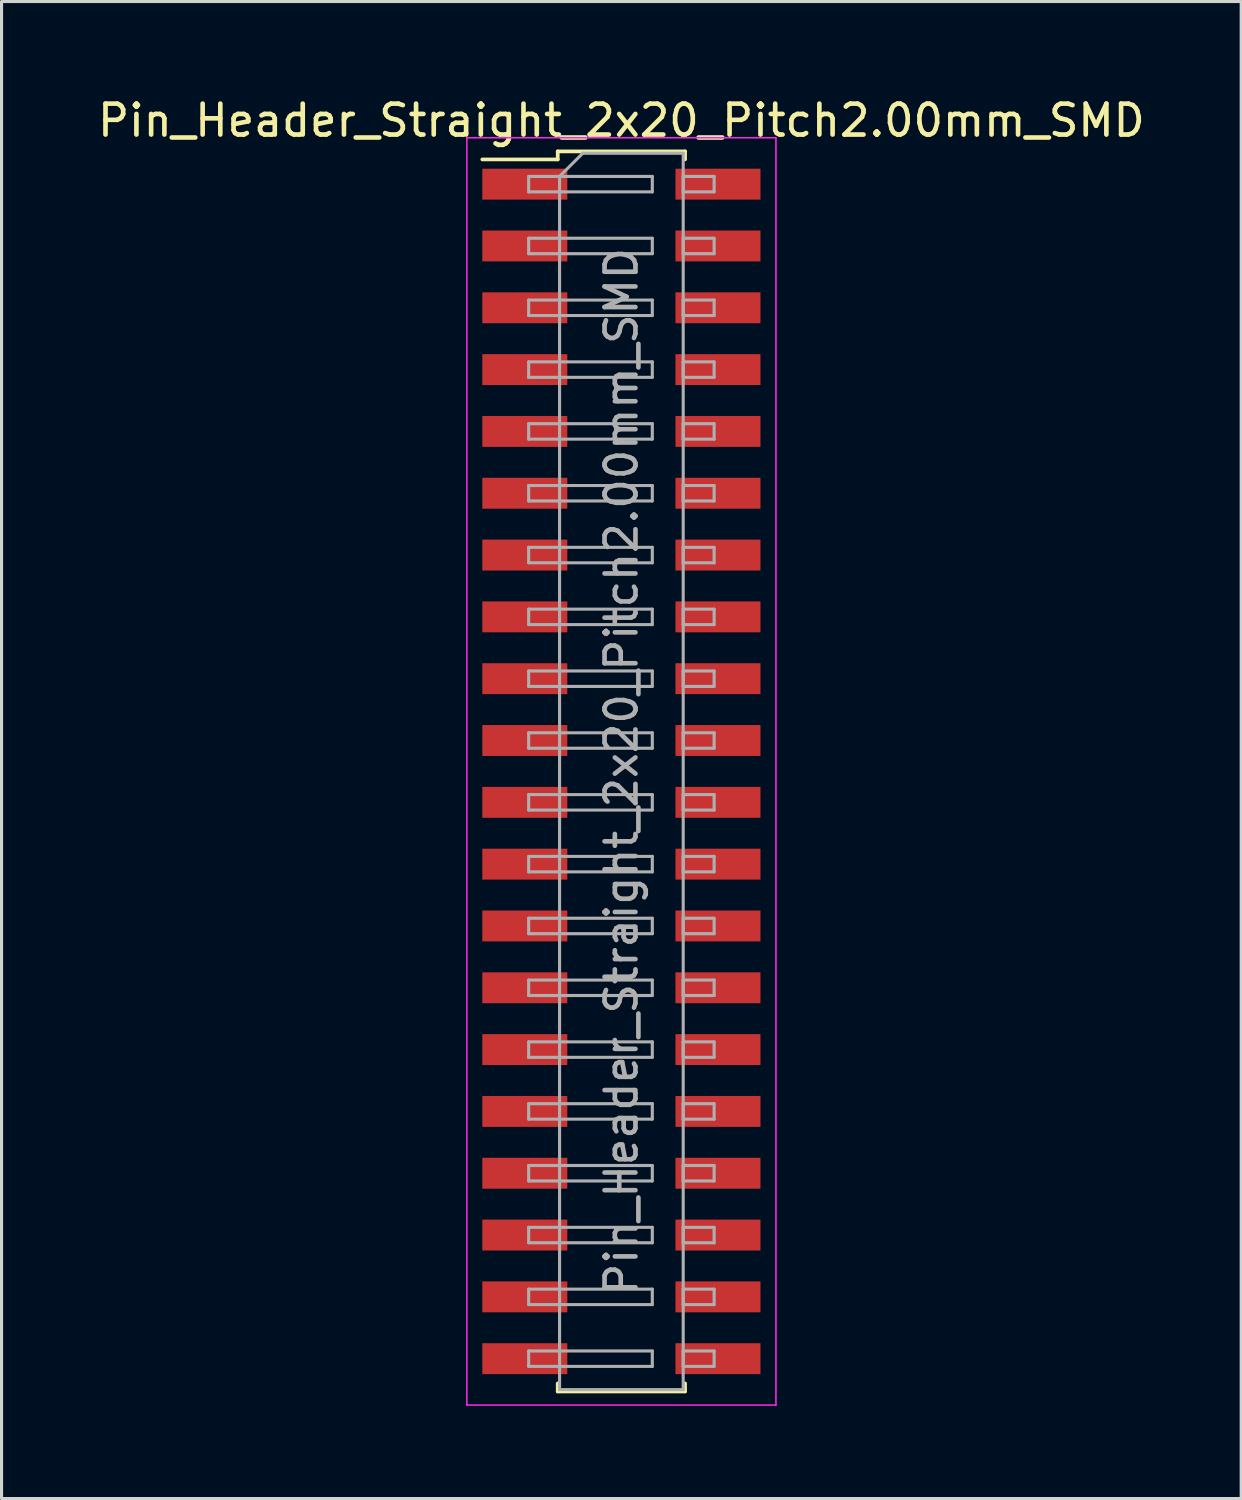
<source format=kicad_pcb>
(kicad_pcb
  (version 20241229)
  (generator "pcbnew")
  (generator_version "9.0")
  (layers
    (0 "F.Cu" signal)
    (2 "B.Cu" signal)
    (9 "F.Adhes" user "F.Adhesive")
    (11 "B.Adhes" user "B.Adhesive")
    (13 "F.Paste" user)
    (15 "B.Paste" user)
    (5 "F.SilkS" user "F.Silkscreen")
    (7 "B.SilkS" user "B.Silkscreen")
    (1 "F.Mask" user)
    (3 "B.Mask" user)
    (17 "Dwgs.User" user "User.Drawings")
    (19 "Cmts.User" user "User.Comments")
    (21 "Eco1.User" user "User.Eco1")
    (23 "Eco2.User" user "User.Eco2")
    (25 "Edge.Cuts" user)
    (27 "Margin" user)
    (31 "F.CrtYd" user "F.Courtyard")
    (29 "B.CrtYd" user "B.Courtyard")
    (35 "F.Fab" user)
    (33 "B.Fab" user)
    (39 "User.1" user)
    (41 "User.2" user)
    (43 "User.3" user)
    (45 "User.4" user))
  (footprint "Pin_Header_Straight_2x20_Pitch2.00mm_SMD"
    (layer "F.Cu")
    (at 17.054 21.908)
    (property "Reference" "Pin_Header_Straight_2x20_Pitch2.00mm_SMD" (at 0 -21.06 0) (layer "F.SilkS") (effects (font (size 1 1) (thickness 0.15))))
    (attr smd)
    (fp_line (start -4.5 -19.8) (end -2.06 -19.8) (stroke (width 0.12) (type solid)) (layer "F.SilkS"))
    (fp_line (start -2.06 -20.06) (end 2.06 -20.06) (stroke (width 0.12) (type solid)) (layer "F.SilkS"))
    (fp_line (start -2.06 -19.8) (end -2.06 -20.06) (stroke (width 0.12) (type solid)) (layer "F.SilkS"))
    (fp_line (start -2.06 19.8) (end -2.06 20.06) (stroke (width 0.12) (type solid)) (layer "F.SilkS"))
    (fp_line (start -2.06 20.06) (end 2.06 20.06) (stroke (width 0.12) (type solid)) (layer "F.SilkS"))
    (fp_line (start 2.06 -20.06) (end 2.06 -19.8) (stroke (width 0.12) (type solid)) (layer "F.SilkS"))
    (fp_line (start 2.06 20.06) (end 2.06 19.8) (stroke (width 0.12) (type solid)) (layer "F.SilkS"))
    (fp_line (start -5 -20.5) (end -5 20.5) (stroke (width 0.05) (type solid)) (layer "F.CrtYd"))
    (fp_line (start -5 20.5) (end 5 20.5) (stroke (width 0.05) (type solid)) (layer "F.CrtYd"))
    (fp_line (start 5 -20.5) (end -5 -20.5) (stroke (width 0.05) (type solid)) (layer "F.CrtYd"))
    (fp_line (start 5 20.5) (end 5 -20.5) (stroke (width 0.05) (type solid)) (layer "F.CrtYd"))
    (fp_line (start -3 -19.25) (end -3 -18.75) (stroke (width 0.1) (type solid)) (layer "F.Fab"))
    (fp_line (start -3 -18.75) (end -2 -18.75) (stroke (width 0.1) (type solid)) (layer "F.Fab"))
    (fp_line (start -3 -17.25) (end -3 -16.75) (stroke (width 0.1) (type solid)) (layer "F.Fab"))
    (fp_line (start -3 -16.75) (end -2 -16.75) (stroke (width 0.1) (type solid)) (layer "F.Fab"))
    (fp_line (start -3 -15.25) (end -3 -14.75) (stroke (width 0.1) (type solid)) (layer "F.Fab"))
    (fp_line (start -3 -14.75) (end -2 -14.75) (stroke (width 0.1) (type solid)) (layer "F.Fab"))
    (fp_line (start -3 -13.25) (end -3 -12.75) (stroke (width 0.1) (type solid)) (layer "F.Fab"))
    (fp_line (start -3 -12.75) (end -2 -12.75) (stroke (width 0.1) (type solid)) (layer "F.Fab"))
    (fp_line (start -3 -11.25) (end -3 -10.75) (stroke (width 0.1) (type solid)) (layer "F.Fab"))
    (fp_line (start -3 -10.75) (end -2 -10.75) (stroke (width 0.1) (type solid)) (layer "F.Fab"))
    (fp_line (start -3 -9.25) (end -3 -8.75) (stroke (width 0.1) (type solid)) (layer "F.Fab"))
    (fp_line (start -3 -8.75) (end -2 -8.75) (stroke (width 0.1) (type solid)) (layer "F.Fab"))
    (fp_line (start -3 -7.25) (end -3 -6.75) (stroke (width 0.1) (type solid)) (layer "F.Fab"))
    (fp_line (start -3 -6.75) (end -2 -6.75) (stroke (width 0.1) (type solid)) (layer "F.Fab"))
    (fp_line (start -3 -5.25) (end -3 -4.75) (stroke (width 0.1) (type solid)) (layer "F.Fab"))
    (fp_line (start -3 -4.75) (end -2 -4.75) (stroke (width 0.1) (type solid)) (layer "F.Fab"))
    (fp_line (start -3 -3.25) (end -3 -2.75) (stroke (width 0.1) (type solid)) (layer "F.Fab"))
    (fp_line (start -3 -2.75) (end -2 -2.75) (stroke (width 0.1) (type solid)) (layer "F.Fab"))
    (fp_line (start -3 -1.25) (end -3 -0.75) (stroke (width 0.1) (type solid)) (layer "F.Fab"))
    (fp_line (start -3 -0.75) (end -2 -0.75) (stroke (width 0.1) (type solid)) (layer "F.Fab"))
    (fp_line (start -3 0.75) (end -3 1.25) (stroke (width 0.1) (type solid)) (layer "F.Fab"))
    (fp_line (start -3 1.25) (end -2 1.25) (stroke (width 0.1) (type solid)) (layer "F.Fab"))
    (fp_line (start -3 2.75) (end -3 3.25) (stroke (width 0.1) (type solid)) (layer "F.Fab"))
    (fp_line (start -3 3.25) (end -2 3.25) (stroke (width 0.1) (type solid)) (layer "F.Fab"))
    (fp_line (start -3 4.75) (end -3 5.25) (stroke (width 0.1) (type solid)) (layer "F.Fab"))
    (fp_line (start -3 5.25) (end -2 5.25) (stroke (width 0.1) (type solid)) (layer "F.Fab"))
    (fp_line (start -3 6.75) (end -3 7.25) (stroke (width 0.1) (type solid)) (layer "F.Fab"))
    (fp_line (start -3 7.25) (end -2 7.25) (stroke (width 0.1) (type solid)) (layer "F.Fab"))
    (fp_line (start -3 8.75) (end -3 9.25) (stroke (width 0.1) (type solid)) (layer "F.Fab"))
    (fp_line (start -3 9.25) (end -2 9.25) (stroke (width 0.1) (type solid)) (layer "F.Fab"))
    (fp_line (start -3 10.75) (end -3 11.25) (stroke (width 0.1) (type solid)) (layer "F.Fab"))
    (fp_line (start -3 11.25) (end -2 11.25) (stroke (width 0.1) (type solid)) (layer "F.Fab"))
    (fp_line (start -3 12.75) (end -3 13.25) (stroke (width 0.1) (type solid)) (layer "F.Fab"))
    (fp_line (start -3 13.25) (end -2 13.25) (stroke (width 0.1) (type solid)) (layer "F.Fab"))
    (fp_line (start -3 14.75) (end -3 15.25) (stroke (width 0.1) (type solid)) (layer "F.Fab"))
    (fp_line (start -3 15.25) (end -2 15.25) (stroke (width 0.1) (type solid)) (layer "F.Fab"))
    (fp_line (start -3 16.75) (end -3 17.25) (stroke (width 0.1) (type solid)) (layer "F.Fab"))
    (fp_line (start -3 17.25) (end -2 17.25) (stroke (width 0.1) (type solid)) (layer "F.Fab"))
    (fp_line (start -3 18.75) (end -3 19.25) (stroke (width 0.1) (type solid)) (layer "F.Fab"))
    (fp_line (start -3 19.25) (end -2 19.25) (stroke (width 0.1) (type solid)) (layer "F.Fab"))
    (fp_line (start -2 -19.25) (end -3 -19.25) (stroke (width 0.1) (type solid)) (layer "F.Fab"))
    (fp_line (start -2 -19.25) (end -1.25 -20) (stroke (width 0.1) (type solid)) (layer "F.Fab"))
    (fp_line (start -2 -19.25) (end 1 -19.25) (stroke (width 0.1) (type solid)) (layer "F.Fab"))
    (fp_line (start -2 -17.25) (end -3 -17.25) (stroke (width 0.1) (type solid)) (layer "F.Fab"))
    (fp_line (start -2 -17.25) (end 1 -17.25) (stroke (width 0.1) (type solid)) (layer "F.Fab"))
    (fp_line (start -2 -15.25) (end -3 -15.25) (stroke (width 0.1) (type solid)) (layer "F.Fab"))
    (fp_line (start -2 -15.25) (end 1 -15.25) (stroke (width 0.1) (type solid)) (layer "F.Fab"))
    (fp_line (start -2 -13.25) (end -3 -13.25) (stroke (width 0.1) (type solid)) (layer "F.Fab"))
    (fp_line (start -2 -13.25) (end 1 -13.25) (stroke (width 0.1) (type solid)) (layer "F.Fab"))
    (fp_line (start -2 -11.25) (end -3 -11.25) (stroke (width 0.1) (type solid)) (layer "F.Fab"))
    (fp_line (start -2 -11.25) (end 1 -11.25) (stroke (width 0.1) (type solid)) (layer "F.Fab"))
    (fp_line (start -2 -9.25) (end -3 -9.25) (stroke (width 0.1) (type solid)) (layer "F.Fab"))
    (fp_line (start -2 -9.25) (end 1 -9.25) (stroke (width 0.1) (type solid)) (layer "F.Fab"))
    (fp_line (start -2 -7.25) (end -3 -7.25) (stroke (width 0.1) (type solid)) (layer "F.Fab"))
    (fp_line (start -2 -7.25) (end 1 -7.25) (stroke (width 0.1) (type solid)) (layer "F.Fab"))
    (fp_line (start -2 -5.25) (end -3 -5.25) (stroke (width 0.1) (type solid)) (layer "F.Fab"))
    (fp_line (start -2 -5.25) (end 1 -5.25) (stroke (width 0.1) (type solid)) (layer "F.Fab"))
    (fp_line (start -2 -3.25) (end -3 -3.25) (stroke (width 0.1) (type solid)) (layer "F.Fab"))
    (fp_line (start -2 -3.25) (end 1 -3.25) (stroke (width 0.1) (type solid)) (layer "F.Fab"))
    (fp_line (start -2 -1.25) (end -3 -1.25) (stroke (width 0.1) (type solid)) (layer "F.Fab"))
    (fp_line (start -2 -1.25) (end 1 -1.25) (stroke (width 0.1) (type solid)) (layer "F.Fab"))
    (fp_line (start -2 0.75) (end -3 0.75) (stroke (width 0.1) (type solid)) (layer "F.Fab"))
    (fp_line (start -2 0.75) (end 1 0.75) (stroke (width 0.1) (type solid)) (layer "F.Fab"))
    (fp_line (start -2 2.75) (end -3 2.75) (stroke (width 0.1) (type solid)) (layer "F.Fab"))
    (fp_line (start -2 2.75) (end 1 2.75) (stroke (width 0.1) (type solid)) (layer "F.Fab"))
    (fp_line (start -2 4.75) (end -3 4.75) (stroke (width 0.1) (type solid)) (layer "F.Fab"))
    (fp_line (start -2 4.75) (end 1 4.75) (stroke (width 0.1) (type solid)) (layer "F.Fab"))
    (fp_line (start -2 6.75) (end -3 6.75) (stroke (width 0.1) (type solid)) (layer "F.Fab"))
    (fp_line (start -2 6.75) (end 1 6.75) (stroke (width 0.1) (type solid)) (layer "F.Fab"))
    (fp_line (start -2 8.75) (end -3 8.75) (stroke (width 0.1) (type solid)) (layer "F.Fab"))
    (fp_line (start -2 8.75) (end 1 8.75) (stroke (width 0.1) (type solid)) (layer "F.Fab"))
    (fp_line (start -2 10.75) (end -3 10.75) (stroke (width 0.1) (type solid)) (layer "F.Fab"))
    (fp_line (start -2 10.75) (end 1 10.75) (stroke (width 0.1) (type solid)) (layer "F.Fab"))
    (fp_line (start -2 12.75) (end -3 12.75) (stroke (width 0.1) (type solid)) (layer "F.Fab"))
    (fp_line (start -2 12.75) (end 1 12.75) (stroke (width 0.1) (type solid)) (layer "F.Fab"))
    (fp_line (start -2 14.75) (end -3 14.75) (stroke (width 0.1) (type solid)) (layer "F.Fab"))
    (fp_line (start -2 14.75) (end 1 14.75) (stroke (width 0.1) (type solid)) (layer "F.Fab"))
    (fp_line (start -2 16.75) (end -3 16.75) (stroke (width 0.1) (type solid)) (layer "F.Fab"))
    (fp_line (start -2 16.75) (end 1 16.75) (stroke (width 0.1) (type solid)) (layer "F.Fab"))
    (fp_line (start -2 18.75) (end -3 18.75) (stroke (width 0.1) (type solid)) (layer "F.Fab"))
    (fp_line (start -2 18.75) (end 1 18.75) (stroke (width 0.1) (type solid)) (layer "F.Fab"))
    (fp_line (start -2 20) (end -2 -19.25) (stroke (width 0.1) (type solid)) (layer "F.Fab"))
    (fp_line (start -1.25 -20) (end 2 -20) (stroke (width 0.1) (type solid)) (layer "F.Fab"))
    (fp_line (start 1 -19.25) (end 1 -18.75) (stroke (width 0.1) (type solid)) (layer "F.Fab"))
    (fp_line (start 1 -18.75) (end -2 -18.75) (stroke (width 0.1) (type solid)) (layer "F.Fab"))
    (fp_line (start 1 -17.25) (end 1 -16.75) (stroke (width 0.1) (type solid)) (layer "F.Fab"))
    (fp_line (start 1 -16.75) (end -2 -16.75) (stroke (width 0.1) (type solid)) (layer "F.Fab"))
    (fp_line (start 1 -15.25) (end 1 -14.75) (stroke (width 0.1) (type solid)) (layer "F.Fab"))
    (fp_line (start 1 -14.75) (end -2 -14.75) (stroke (width 0.1) (type solid)) (layer "F.Fab"))
    (fp_line (start 1 -13.25) (end 1 -12.75) (stroke (width 0.1) (type solid)) (layer "F.Fab"))
    (fp_line (start 1 -12.75) (end -2 -12.75) (stroke (width 0.1) (type solid)) (layer "F.Fab"))
    (fp_line (start 1 -11.25) (end 1 -10.75) (stroke (width 0.1) (type solid)) (layer "F.Fab"))
    (fp_line (start 1 -10.75) (end -2 -10.75) (stroke (width 0.1) (type solid)) (layer "F.Fab"))
    (fp_line (start 1 -9.25) (end 1 -8.75) (stroke (width 0.1) (type solid)) (layer "F.Fab"))
    (fp_line (start 1 -8.75) (end -2 -8.75) (stroke (width 0.1) (type solid)) (layer "F.Fab"))
    (fp_line (start 1 -7.25) (end 1 -6.75) (stroke (width 0.1) (type solid)) (layer "F.Fab"))
    (fp_line (start 1 -6.75) (end -2 -6.75) (stroke (width 0.1) (type solid)) (layer "F.Fab"))
    (fp_line (start 1 -5.25) (end 1 -4.75) (stroke (width 0.1) (type solid)) (layer "F.Fab"))
    (fp_line (start 1 -4.75) (end -2 -4.75) (stroke (width 0.1) (type solid)) (layer "F.Fab"))
    (fp_line (start 1 -3.25) (end 1 -2.75) (stroke (width 0.1) (type solid)) (layer "F.Fab"))
    (fp_line (start 1 -2.75) (end -2 -2.75) (stroke (width 0.1) (type solid)) (layer "F.Fab"))
    (fp_line (start 1 -1.25) (end 1 -0.75) (stroke (width 0.1) (type solid)) (layer "F.Fab"))
    (fp_line (start 1 -0.75) (end -2 -0.75) (stroke (width 0.1) (type solid)) (layer "F.Fab"))
    (fp_line (start 1 0.75) (end 1 1.25) (stroke (width 0.1) (type solid)) (layer "F.Fab"))
    (fp_line (start 1 1.25) (end -2 1.25) (stroke (width 0.1) (type solid)) (layer "F.Fab"))
    (fp_line (start 1 2.75) (end 1 3.25) (stroke (width 0.1) (type solid)) (layer "F.Fab"))
    (fp_line (start 1 3.25) (end -2 3.25) (stroke (width 0.1) (type solid)) (layer "F.Fab"))
    (fp_line (start 1 4.75) (end 1 5.25) (stroke (width 0.1) (type solid)) (layer "F.Fab"))
    (fp_line (start 1 5.25) (end -2 5.25) (stroke (width 0.1) (type solid)) (layer "F.Fab"))
    (fp_line (start 1 6.75) (end 1 7.25) (stroke (width 0.1) (type solid)) (layer "F.Fab"))
    (fp_line (start 1 7.25) (end -2 7.25) (stroke (width 0.1) (type solid)) (layer "F.Fab"))
    (fp_line (start 1 8.75) (end 1 9.25) (stroke (width 0.1) (type solid)) (layer "F.Fab"))
    (fp_line (start 1 9.25) (end -2 9.25) (stroke (width 0.1) (type solid)) (layer "F.Fab"))
    (fp_line (start 1 10.75) (end 1 11.25) (stroke (width 0.1) (type solid)) (layer "F.Fab"))
    (fp_line (start 1 11.25) (end -2 11.25) (stroke (width 0.1) (type solid)) (layer "F.Fab"))
    (fp_line (start 1 12.75) (end 1 13.25) (stroke (width 0.1) (type solid)) (layer "F.Fab"))
    (fp_line (start 1 13.25) (end -2 13.25) (stroke (width 0.1) (type solid)) (layer "F.Fab"))
    (fp_line (start 1 14.75) (end 1 15.25) (stroke (width 0.1) (type solid)) (layer "F.Fab"))
    (fp_line (start 1 15.25) (end -2 15.25) (stroke (width 0.1) (type solid)) (layer "F.Fab"))
    (fp_line (start 1 16.75) (end 1 17.25) (stroke (width 0.1) (type solid)) (layer "F.Fab"))
    (fp_line (start 1 17.25) (end -2 17.25) (stroke (width 0.1) (type solid)) (layer "F.Fab"))
    (fp_line (start 1 18.75) (end 1 19.25) (stroke (width 0.1) (type solid)) (layer "F.Fab"))
    (fp_line (start 1 19.25) (end -2 19.25) (stroke (width 0.1) (type solid)) (layer "F.Fab"))
    (fp_line (start 2 -20) (end 2 20) (stroke (width 0.1) (type solid)) (layer "F.Fab"))
    (fp_line (start 2 -19.25) (end 2 -18.75) (stroke (width 0.1) (type solid)) (layer "F.Fab"))
    (fp_line (start 2 -18.75) (end 3 -18.75) (stroke (width 0.1) (type solid)) (layer "F.Fab"))
    (fp_line (start 2 -17.25) (end 2 -16.75) (stroke (width 0.1) (type solid)) (layer "F.Fab"))
    (fp_line (start 2 -16.75) (end 3 -16.75) (stroke (width 0.1) (type solid)) (layer "F.Fab"))
    (fp_line (start 2 -15.25) (end 2 -14.75) (stroke (width 0.1) (type solid)) (layer "F.Fab"))
    (fp_line (start 2 -14.75) (end 3 -14.75) (stroke (width 0.1) (type solid)) (layer "F.Fab"))
    (fp_line (start 2 -13.25) (end 2 -12.75) (stroke (width 0.1) (type solid)) (layer "F.Fab"))
    (fp_line (start 2 -12.75) (end 3 -12.75) (stroke (width 0.1) (type solid)) (layer "F.Fab"))
    (fp_line (start 2 -11.25) (end 2 -10.75) (stroke (width 0.1) (type solid)) (layer "F.Fab"))
    (fp_line (start 2 -10.75) (end 3 -10.75) (stroke (width 0.1) (type solid)) (layer "F.Fab"))
    (fp_line (start 2 -9.25) (end 2 -8.75) (stroke (width 0.1) (type solid)) (layer "F.Fab"))
    (fp_line (start 2 -8.75) (end 3 -8.75) (stroke (width 0.1) (type solid)) (layer "F.Fab"))
    (fp_line (start 2 -7.25) (end 2 -6.75) (stroke (width 0.1) (type solid)) (layer "F.Fab"))
    (fp_line (start 2 -6.75) (end 3 -6.75) (stroke (width 0.1) (type solid)) (layer "F.Fab"))
    (fp_line (start 2 -5.25) (end 2 -4.75) (stroke (width 0.1) (type solid)) (layer "F.Fab"))
    (fp_line (start 2 -4.75) (end 3 -4.75) (stroke (width 0.1) (type solid)) (layer "F.Fab"))
    (fp_line (start 2 -3.25) (end 2 -2.75) (stroke (width 0.1) (type solid)) (layer "F.Fab"))
    (fp_line (start 2 -2.75) (end 3 -2.75) (stroke (width 0.1) (type solid)) (layer "F.Fab"))
    (fp_line (start 2 -1.25) (end 2 -0.75) (stroke (width 0.1) (type solid)) (layer "F.Fab"))
    (fp_line (start 2 -0.75) (end 3 -0.75) (stroke (width 0.1) (type solid)) (layer "F.Fab"))
    (fp_line (start 2 0.75) (end 2 1.25) (stroke (width 0.1) (type solid)) (layer "F.Fab"))
    (fp_line (start 2 1.25) (end 3 1.25) (stroke (width 0.1) (type solid)) (layer "F.Fab"))
    (fp_line (start 2 2.75) (end 2 3.25) (stroke (width 0.1) (type solid)) (layer "F.Fab"))
    (fp_line (start 2 3.25) (end 3 3.25) (stroke (width 0.1) (type solid)) (layer "F.Fab"))
    (fp_line (start 2 4.75) (end 2 5.25) (stroke (width 0.1) (type solid)) (layer "F.Fab"))
    (fp_line (start 2 5.25) (end 3 5.25) (stroke (width 0.1) (type solid)) (layer "F.Fab"))
    (fp_line (start 2 6.75) (end 2 7.25) (stroke (width 0.1) (type solid)) (layer "F.Fab"))
    (fp_line (start 2 7.25) (end 3 7.25) (stroke (width 0.1) (type solid)) (layer "F.Fab"))
    (fp_line (start 2 8.75) (end 2 9.25) (stroke (width 0.1) (type solid)) (layer "F.Fab"))
    (fp_line (start 2 9.25) (end 3 9.25) (stroke (width 0.1) (type solid)) (layer "F.Fab"))
    (fp_line (start 2 10.75) (end 2 11.25) (stroke (width 0.1) (type solid)) (layer "F.Fab"))
    (fp_line (start 2 11.25) (end 3 11.25) (stroke (width 0.1) (type solid)) (layer "F.Fab"))
    (fp_line (start 2 12.75) (end 2 13.25) (stroke (width 0.1) (type solid)) (layer "F.Fab"))
    (fp_line (start 2 13.25) (end 3 13.25) (stroke (width 0.1) (type solid)) (layer "F.Fab"))
    (fp_line (start 2 14.75) (end 2 15.25) (stroke (width 0.1) (type solid)) (layer "F.Fab"))
    (fp_line (start 2 15.25) (end 3 15.25) (stroke (width 0.1) (type solid)) (layer "F.Fab"))
    (fp_line (start 2 16.75) (end 2 17.25) (stroke (width 0.1) (type solid)) (layer "F.Fab"))
    (fp_line (start 2 17.25) (end 3 17.25) (stroke (width 0.1) (type solid)) (layer "F.Fab"))
    (fp_line (start 2 18.75) (end 2 19.25) (stroke (width 0.1) (type solid)) (layer "F.Fab"))
    (fp_line (start 2 19.25) (end 3 19.25) (stroke (width 0.1) (type solid)) (layer "F.Fab"))
    (fp_line (start 2 20) (end -2 20) (stroke (width 0.1) (type solid)) (layer "F.Fab"))
    (fp_line (start 3 -19.25) (end 2 -19.25) (stroke (width 0.1) (type solid)) (layer "F.Fab"))
    (fp_line (start 3 -18.75) (end 3 -19.25) (stroke (width 0.1) (type solid)) (layer "F.Fab"))
    (fp_line (start 3 -17.25) (end 2 -17.25) (stroke (width 0.1) (type solid)) (layer "F.Fab"))
    (fp_line (start 3 -16.75) (end 3 -17.25) (stroke (width 0.1) (type solid)) (layer "F.Fab"))
    (fp_line (start 3 -15.25) (end 2 -15.25) (stroke (width 0.1) (type solid)) (layer "F.Fab"))
    (fp_line (start 3 -14.75) (end 3 -15.25) (stroke (width 0.1) (type solid)) (layer "F.Fab"))
    (fp_line (start 3 -13.25) (end 2 -13.25) (stroke (width 0.1) (type solid)) (layer "F.Fab"))
    (fp_line (start 3 -12.75) (end 3 -13.25) (stroke (width 0.1) (type solid)) (layer "F.Fab"))
    (fp_line (start 3 -11.25) (end 2 -11.25) (stroke (width 0.1) (type solid)) (layer "F.Fab"))
    (fp_line (start 3 -10.75) (end 3 -11.25) (stroke (width 0.1) (type solid)) (layer "F.Fab"))
    (fp_line (start 3 -9.25) (end 2 -9.25) (stroke (width 0.1) (type solid)) (layer "F.Fab"))
    (fp_line (start 3 -8.75) (end 3 -9.25) (stroke (width 0.1) (type solid)) (layer "F.Fab"))
    (fp_line (start 3 -7.25) (end 2 -7.25) (stroke (width 0.1) (type solid)) (layer "F.Fab"))
    (fp_line (start 3 -6.75) (end 3 -7.25) (stroke (width 0.1) (type solid)) (layer "F.Fab"))
    (fp_line (start 3 -5.25) (end 2 -5.25) (stroke (width 0.1) (type solid)) (layer "F.Fab"))
    (fp_line (start 3 -4.75) (end 3 -5.25) (stroke (width 0.1) (type solid)) (layer "F.Fab"))
    (fp_line (start 3 -3.25) (end 2 -3.25) (stroke (width 0.1) (type solid)) (layer "F.Fab"))
    (fp_line (start 3 -2.75) (end 3 -3.25) (stroke (width 0.1) (type solid)) (layer "F.Fab"))
    (fp_line (start 3 -1.25) (end 2 -1.25) (stroke (width 0.1) (type solid)) (layer "F.Fab"))
    (fp_line (start 3 -0.75) (end 3 -1.25) (stroke (width 0.1) (type solid)) (layer "F.Fab"))
    (fp_line (start 3 0.75) (end 2 0.75) (stroke (width 0.1) (type solid)) (layer "F.Fab"))
    (fp_line (start 3 1.25) (end 3 0.75) (stroke (width 0.1) (type solid)) (layer "F.Fab"))
    (fp_line (start 3 2.75) (end 2 2.75) (stroke (width 0.1) (type solid)) (layer "F.Fab"))
    (fp_line (start 3 3.25) (end 3 2.75) (stroke (width 0.1) (type solid)) (layer "F.Fab"))
    (fp_line (start 3 4.75) (end 2 4.75) (stroke (width 0.1) (type solid)) (layer "F.Fab"))
    (fp_line (start 3 5.25) (end 3 4.75) (stroke (width 0.1) (type solid)) (layer "F.Fab"))
    (fp_line (start 3 6.75) (end 2 6.75) (stroke (width 0.1) (type solid)) (layer "F.Fab"))
    (fp_line (start 3 7.25) (end 3 6.75) (stroke (width 0.1) (type solid)) (layer "F.Fab"))
    (fp_line (start 3 8.75) (end 2 8.75) (stroke (width 0.1) (type solid)) (layer "F.Fab"))
    (fp_line (start 3 9.25) (end 3 8.75) (stroke (width 0.1) (type solid)) (layer "F.Fab"))
    (fp_line (start 3 10.75) (end 2 10.75) (stroke (width 0.1) (type solid)) (layer "F.Fab"))
    (fp_line (start 3 11.25) (end 3 10.75) (stroke (width 0.1) (type solid)) (layer "F.Fab"))
    (fp_line (start 3 12.75) (end 2 12.75) (stroke (width 0.1) (type solid)) (layer "F.Fab"))
    (fp_line (start 3 13.25) (end 3 12.75) (stroke (width 0.1) (type solid)) (layer "F.Fab"))
    (fp_line (start 3 14.75) (end 2 14.75) (stroke (width 0.1) (type solid)) (layer "F.Fab"))
    (fp_line (start 3 15.25) (end 3 14.75) (stroke (width 0.1) (type solid)) (layer "F.Fab"))
    (fp_line (start 3 16.75) (end 2 16.75) (stroke (width 0.1) (type solid)) (layer "F.Fab"))
    (fp_line (start 3 17.25) (end 3 16.75) (stroke (width 0.1) (type solid)) (layer "F.Fab"))
    (fp_line (start 3 18.75) (end 2 18.75) (stroke (width 0.1) (type solid)) (layer "F.Fab"))
    (fp_line (start 3 19.25) (end 3 18.75) (stroke (width 0.1) (type solid)) (layer "F.Fab"))
    (fp_text user "${REFERENCE}" (at 0 0 90) (layer "F.Fab") (effects (font (size 1 1) (thickness 0.15))))
    (pad "1" smd rect (at -3.125 -19) (size 2.75 1) (layers "F.Cu" "F.Mask" "F.Paste"))
    (pad "2" smd rect (at 3.125 -19) (size 2.75 1) (layers "F.Cu" "F.Mask" "F.Paste"))
    (pad "3" smd rect (at -3.125 -17) (size 2.75 1) (layers "F.Cu" "F.Mask" "F.Paste"))
    (pad "4" smd rect (at 3.125 -17) (size 2.75 1) (layers "F.Cu" "F.Mask" "F.Paste"))
    (pad "5" smd rect (at -3.125 -15) (size 2.75 1) (layers "F.Cu" "F.Mask" "F.Paste"))
    (pad "6" smd rect (at 3.125 -15) (size 2.75 1) (layers "F.Cu" "F.Mask" "F.Paste"))
    (pad "7" smd rect (at -3.125 -13) (size 2.75 1) (layers "F.Cu" "F.Mask" "F.Paste"))
    (pad "8" smd rect (at 3.125 -13) (size 2.75 1) (layers "F.Cu" "F.Mask" "F.Paste"))
    (pad "9" smd rect (at -3.125 -11) (size 2.75 1) (layers "F.Cu" "F.Mask" "F.Paste"))
    (pad "10" smd rect (at 3.125 -11) (size 2.75 1) (layers "F.Cu" "F.Mask" "F.Paste"))
    (pad "11" smd rect (at -3.125 -9) (size 2.75 1) (layers "F.Cu" "F.Mask" "F.Paste"))
    (pad "12" smd rect (at 3.125 -9) (size 2.75 1) (layers "F.Cu" "F.Mask" "F.Paste"))
    (pad "13" smd rect (at -3.125 -7) (size 2.75 1) (layers "F.Cu" "F.Mask" "F.Paste"))
    (pad "14" smd rect (at 3.125 -7) (size 2.75 1) (layers "F.Cu" "F.Mask" "F.Paste"))
    (pad "15" smd rect (at -3.125 -5) (size 2.75 1) (layers "F.Cu" "F.Mask" "F.Paste"))
    (pad "16" smd rect (at 3.125 -5) (size 2.75 1) (layers "F.Cu" "F.Mask" "F.Paste"))
    (pad "17" smd rect (at -3.125 -3) (size 2.75 1) (layers "F.Cu" "F.Mask" "F.Paste"))
    (pad "18" smd rect (at 3.125 -3) (size 2.75 1) (layers "F.Cu" "F.Mask" "F.Paste"))
    (pad "19" smd rect (at -3.125 -1) (size 2.75 1) (layers "F.Cu" "F.Mask" "F.Paste"))
    (pad "20" smd rect (at 3.125 -1) (size 2.75 1) (layers "F.Cu" "F.Mask" "F.Paste"))
    (pad "21" smd rect (at -3.125 1) (size 2.75 1) (layers "F.Cu" "F.Mask" "F.Paste"))
    (pad "22" smd rect (at 3.125 1) (size 2.75 1) (layers "F.Cu" "F.Mask" "F.Paste"))
    (pad "23" smd rect (at -3.125 3) (size 2.75 1) (layers "F.Cu" "F.Mask" "F.Paste"))
    (pad "24" smd rect (at 3.125 3) (size 2.75 1) (layers "F.Cu" "F.Mask" "F.Paste"))
    (pad "25" smd rect (at -3.125 5) (size 2.75 1) (layers "F.Cu" "F.Mask" "F.Paste"))
    (pad "26" smd rect (at 3.125 5) (size 2.75 1) (layers "F.Cu" "F.Mask" "F.Paste"))
    (pad "27" smd rect (at -3.125 7) (size 2.75 1) (layers "F.Cu" "F.Mask" "F.Paste"))
    (pad "28" smd rect (at 3.125 7) (size 2.75 1) (layers "F.Cu" "F.Mask" "F.Paste"))
    (pad "29" smd rect (at -3.125 9) (size 2.75 1) (layers "F.Cu" "F.Mask" "F.Paste"))
    (pad "30" smd rect (at 3.125 9) (size 2.75 1) (layers "F.Cu" "F.Mask" "F.Paste"))
    (pad "31" smd rect (at -3.125 11) (size 2.75 1) (layers "F.Cu" "F.Mask" "F.Paste"))
    (pad "32" smd rect (at 3.125 11) (size 2.75 1) (layers "F.Cu" "F.Mask" "F.Paste"))
    (pad "33" smd rect (at -3.125 13) (size 2.75 1) (layers "F.Cu" "F.Mask" "F.Paste"))
    (pad "34" smd rect (at 3.125 13) (size 2.75 1) (layers "F.Cu" "F.Mask" "F.Paste"))
    (pad "35" smd rect (at -3.125 15) (size 2.75 1) (layers "F.Cu" "F.Mask" "F.Paste"))
    (pad "36" smd rect (at 3.125 15) (size 2.75 1) (layers "F.Cu" "F.Mask" "F.Paste"))
    (pad "37" smd rect (at -3.125 17) (size 2.75 1) (layers "F.Cu" "F.Mask" "F.Paste"))
    (pad "38" smd rect (at 3.125 17) (size 2.75 1) (layers "F.Cu" "F.Mask" "F.Paste"))
    (pad "39" smd rect (at -3.125 19) (size 2.75 1) (layers "F.Cu" "F.Mask" "F.Paste"))
    (pad "40" smd rect (at 3.125 19) (size 2.75 1) (layers "F.Cu" "F.Mask" "F.Paste")))
  (gr_rect
    (start -3 -3)
    (end 37.107 45.433)
    (stroke (width 0.1) (type default))
    (fill no)
    (layer "Edge.Cuts")))
</source>
